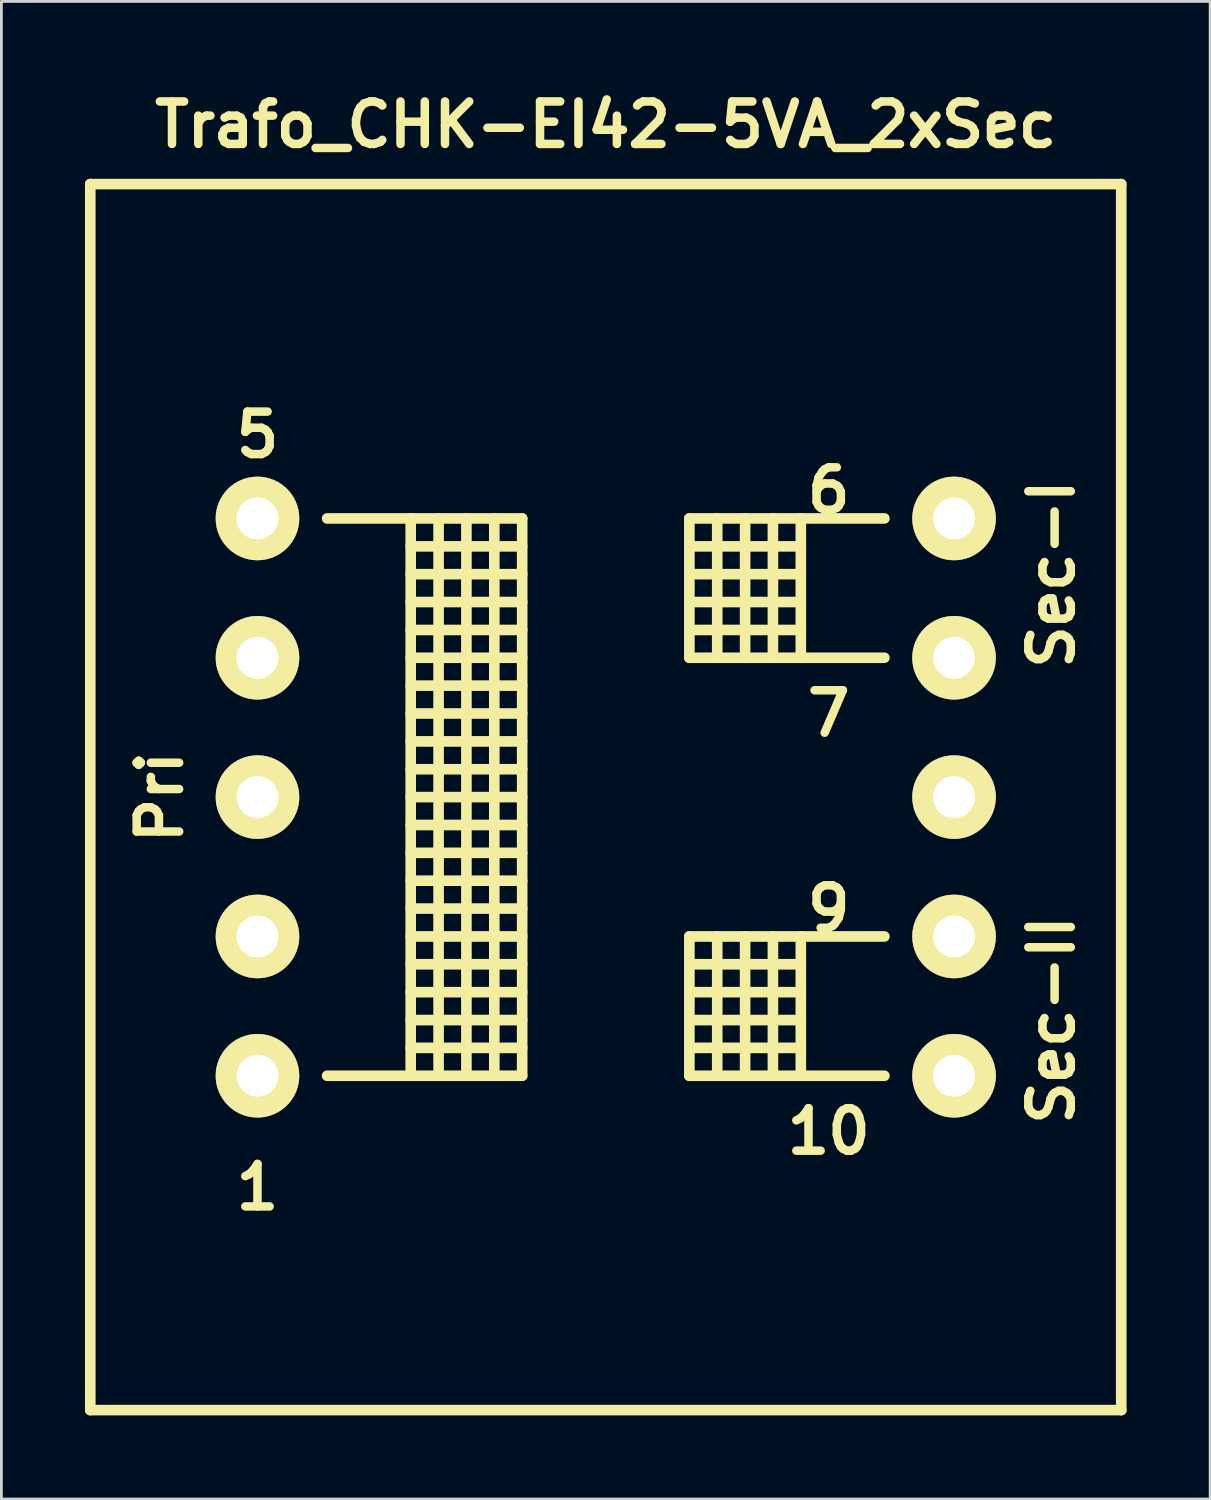
<source format=kicad_pcb>
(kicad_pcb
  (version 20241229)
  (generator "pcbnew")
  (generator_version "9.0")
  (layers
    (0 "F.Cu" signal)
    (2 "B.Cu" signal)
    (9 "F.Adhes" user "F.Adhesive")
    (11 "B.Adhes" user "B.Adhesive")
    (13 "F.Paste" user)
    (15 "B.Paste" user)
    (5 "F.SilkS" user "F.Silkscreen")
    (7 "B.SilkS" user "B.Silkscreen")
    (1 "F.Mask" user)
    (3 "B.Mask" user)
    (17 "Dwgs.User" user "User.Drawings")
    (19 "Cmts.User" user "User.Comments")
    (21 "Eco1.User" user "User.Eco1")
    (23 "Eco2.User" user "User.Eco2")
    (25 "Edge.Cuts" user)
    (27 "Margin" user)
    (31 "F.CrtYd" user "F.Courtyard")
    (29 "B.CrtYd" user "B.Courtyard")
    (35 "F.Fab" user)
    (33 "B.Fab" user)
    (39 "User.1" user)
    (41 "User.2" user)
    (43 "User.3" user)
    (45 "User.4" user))
  (footprint "Trafo_CHK-EI42-5VA_2xSec"
    (layer "F.Cu")
    (at 18.689 25.556)
    (property "Reference" "Trafo_CHK-EI42-5VA_2xSec" (at 0 -24.13 0) (layer "F.SilkS") (effects (font (size 1.524 1.524) (thickness 0.305))))
    (attr through_hole)
    (fp_line (start -18.499 -21.999) (end -18.499 21.999) (stroke (width 0.381) (type solid)) (layer "F.SilkS"))
    (fp_line (start -18.499 21.999) (end 18.499 21.999) (stroke (width 0.381) (type solid)) (layer "F.SilkS"))
    (fp_line (start -10 -10) (end -7 -10) (stroke (width 0.381) (type solid)) (layer "F.SilkS"))
    (fp_line (start -7 -10) (end -7 10) (stroke (width 0.381) (type solid)) (layer "F.SilkS"))
    (fp_line (start -7 -10) (end -5.999 -10) (stroke (width 0.381) (type solid)) (layer "F.SilkS"))
    (fp_line (start -7 -8.999) (end -3 -8.999) (stroke (width 0.381) (type solid)) (layer "F.SilkS"))
    (fp_line (start -7 -8.001) (end -3 -8.001) (stroke (width 0.381) (type solid)) (layer "F.SilkS"))
    (fp_line (start -7 -7) (end -3 -7) (stroke (width 0.381) (type solid)) (layer "F.SilkS"))
    (fp_line (start -7 -5.999) (end -3 -5.999) (stroke (width 0.381) (type solid)) (layer "F.SilkS"))
    (fp_line (start -7 -5.001) (end -3 -5.001) (stroke (width 0.381) (type solid)) (layer "F.SilkS"))
    (fp_line (start -7 -4) (end -3 -4) (stroke (width 0.381) (type solid)) (layer "F.SilkS"))
    (fp_line (start -7 -3) (end -3 -3) (stroke (width 0.381) (type solid)) (layer "F.SilkS"))
    (fp_line (start -7 -1.999) (end -3 -1.999) (stroke (width 0.381) (type solid)) (layer "F.SilkS"))
    (fp_line (start -7 -1.001) (end -3 -1.001) (stroke (width 0.381) (type solid)) (layer "F.SilkS"))
    (fp_line (start -7 0) (end -3 0) (stroke (width 0.381) (type solid)) (layer "F.SilkS"))
    (fp_line (start -7 1.001) (end -3 1.001) (stroke (width 0.381) (type solid)) (layer "F.SilkS"))
    (fp_line (start -7 1.999) (end -3 1.999) (stroke (width 0.381) (type solid)) (layer "F.SilkS"))
    (fp_line (start -7 3) (end -3 3) (stroke (width 0.381) (type solid)) (layer "F.SilkS"))
    (fp_line (start -7 4) (end -3 4) (stroke (width 0.381) (type solid)) (layer "F.SilkS"))
    (fp_line (start -7 5.001) (end -3 5.001) (stroke (width 0.381) (type solid)) (layer "F.SilkS"))
    (fp_line (start -7 5.999) (end -3 5.999) (stroke (width 0.381) (type solid)) (layer "F.SilkS"))
    (fp_line (start -7 7) (end -3 7) (stroke (width 0.381) (type solid)) (layer "F.SilkS"))
    (fp_line (start -7 8.001) (end -3 8.001) (stroke (width 0.381) (type solid)) (layer "F.SilkS"))
    (fp_line (start -7 8.999) (end -3 8.999) (stroke (width 0.381) (type solid)) (layer "F.SilkS"))
    (fp_line (start -7 10) (end -10 10) (stroke (width 0.381) (type solid)) (layer "F.SilkS"))
    (fp_line (start -5.999 -10) (end -5.999 10) (stroke (width 0.381) (type solid)) (layer "F.SilkS"))
    (fp_line (start -5.999 -10) (end -5.001 -10) (stroke (width 0.381) (type solid)) (layer "F.SilkS"))
    (fp_line (start -5.999 10) (end -7 10) (stroke (width 0.381) (type solid)) (layer "F.SilkS"))
    (fp_line (start -5.001 -10) (end -5.001 10) (stroke (width 0.381) (type solid)) (layer "F.SilkS"))
    (fp_line (start -5.001 -10) (end -4 -10) (stroke (width 0.381) (type solid)) (layer "F.SilkS"))
    (fp_line (start -5.001 10) (end -5.999 10) (stroke (width 0.381) (type solid)) (layer "F.SilkS"))
    (fp_line (start -4 -10) (end -4 10) (stroke (width 0.381) (type solid)) (layer "F.SilkS"))
    (fp_line (start -4 -10) (end -3 -10) (stroke (width 0.381) (type solid)) (layer "F.SilkS"))
    (fp_line (start -4 10) (end -5.001 10) (stroke (width 0.381) (type solid)) (layer "F.SilkS"))
    (fp_line (start -3 -10) (end -3 10) (stroke (width 0.381) (type solid)) (layer "F.SilkS"))
    (fp_line (start -3 10) (end -4 10) (stroke (width 0.381) (type solid)) (layer "F.SilkS"))
    (fp_line (start 3 -10) (end 3 -5.001) (stroke (width 0.381) (type solid)) (layer "F.SilkS"))
    (fp_line (start 3 -8.999) (end 7 -8.999) (stroke (width 0.381) (type solid)) (layer "F.SilkS"))
    (fp_line (start 3 -7) (end 7 -7) (stroke (width 0.381) (type solid)) (layer "F.SilkS"))
    (fp_line (start 3 -5.001) (end 4 -5.001) (stroke (width 0.381) (type solid)) (layer "F.SilkS"))
    (fp_line (start 3 5.001) (end 3 10) (stroke (width 0.381) (type solid)) (layer "F.SilkS"))
    (fp_line (start 3 5.999) (end 7 5.999) (stroke (width 0.381) (type solid)) (layer "F.SilkS"))
    (fp_line (start 3 7) (end 7 7) (stroke (width 0.381) (type solid)) (layer "F.SilkS"))
    (fp_line (start 3 8.001) (end 7 8.001) (stroke (width 0.381) (type solid)) (layer "F.SilkS"))
    (fp_line (start 3 8.999) (end 7 8.999) (stroke (width 0.381) (type solid)) (layer "F.SilkS"))
    (fp_line (start 3 10) (end 4 10) (stroke (width 0.381) (type solid)) (layer "F.SilkS"))
    (fp_line (start 4 -10) (end 3 -10) (stroke (width 0.381) (type solid)) (layer "F.SilkS"))
    (fp_line (start 4 -10) (end 4 -5.001) (stroke (width 0.381) (type solid)) (layer "F.SilkS"))
    (fp_line (start 4 -5.001) (end 5.001 -5.001) (stroke (width 0.381) (type solid)) (layer "F.SilkS"))
    (fp_line (start 4 5.001) (end 3 5.001) (stroke (width 0.381) (type solid)) (layer "F.SilkS"))
    (fp_line (start 4 5.001) (end 4 10) (stroke (width 0.381) (type solid)) (layer "F.SilkS"))
    (fp_line (start 4 10) (end 5.001 10) (stroke (width 0.381) (type solid)) (layer "F.SilkS"))
    (fp_line (start 5.001 -10) (end 4 -10) (stroke (width 0.381) (type solid)) (layer "F.SilkS"))
    (fp_line (start 5.001 -10) (end 5.001 -5.001) (stroke (width 0.381) (type solid)) (layer "F.SilkS"))
    (fp_line (start 5.001 -5.001) (end 5.999 -5.001) (stroke (width 0.381) (type solid)) (layer "F.SilkS"))
    (fp_line (start 5.001 5.001) (end 4 5.001) (stroke (width 0.381) (type solid)) (layer "F.SilkS"))
    (fp_line (start 5.001 5.001) (end 5.001 10) (stroke (width 0.381) (type solid)) (layer "F.SilkS"))
    (fp_line (start 5.001 10) (end 5.999 10) (stroke (width 0.381) (type solid)) (layer "F.SilkS"))
    (fp_line (start 5.999 -10) (end 5.001 -10) (stroke (width 0.381) (type solid)) (layer "F.SilkS"))
    (fp_line (start 5.999 -10) (end 5.999 -5.001) (stroke (width 0.381) (type solid)) (layer "F.SilkS"))
    (fp_line (start 5.999 -5.001) (end 7 -5.001) (stroke (width 0.381) (type solid)) (layer "F.SilkS"))
    (fp_line (start 5.999 5.001) (end 5.001 5.001) (stroke (width 0.381) (type solid)) (layer "F.SilkS"))
    (fp_line (start 5.999 5.001) (end 5.999 10) (stroke (width 0.381) (type solid)) (layer "F.SilkS"))
    (fp_line (start 5.999 10) (end 7 10) (stroke (width 0.381) (type solid)) (layer "F.SilkS"))
    (fp_line (start 7 -10) (end 5.999 -10) (stroke (width 0.381) (type solid)) (layer "F.SilkS"))
    (fp_line (start 7 -10) (end 7 -5.001) (stroke (width 0.381) (type solid)) (layer "F.SilkS"))
    (fp_line (start 7 -8.001) (end 3 -8.001) (stroke (width 0.381) (type solid)) (layer "F.SilkS"))
    (fp_line (start 7 -5.999) (end 3 -5.999) (stroke (width 0.381) (type solid)) (layer "F.SilkS"))
    (fp_line (start 7 -5.001) (end 10 -5.001) (stroke (width 0.381) (type solid)) (layer "F.SilkS"))
    (fp_line (start 7 5.001) (end 5.999 5.001) (stroke (width 0.381) (type solid)) (layer "F.SilkS"))
    (fp_line (start 7 5.001) (end 7 10) (stroke (width 0.381) (type solid)) (layer "F.SilkS"))
    (fp_line (start 7 10) (end 10 10) (stroke (width 0.381) (type solid)) (layer "F.SilkS"))
    (fp_line (start 10 -10) (end 7 -10) (stroke (width 0.381) (type solid)) (layer "F.SilkS"))
    (fp_line (start 10 5.001) (end 7 5.001) (stroke (width 0.381) (type solid)) (layer "F.SilkS"))
    (fp_line (start 18.499 -21.999) (end -18.499 -21.999) (stroke (width 0.381) (type solid)) (layer "F.SilkS"))
    (fp_line (start 18.499 21.999) (end 18.499 -21.999) (stroke (width 0.381) (type solid)) (layer "F.SilkS"))
    (fp_text user "7" (at 8.001 -3 0) (layer "F.SilkS") (effects (font (size 1.524 1.524) (thickness 0.305))))
    (fp_text user "9" (at 8.001 4 0) (layer "F.SilkS") (effects (font (size 1.524 1.524) (thickness 0.305))))
    (fp_text user "10" (at 8.001 11.999 0) (layer "F.SilkS") (effects (font (size 1.524 1.524) (thickness 0.305))))
    (fp_text user "6" (at 8.001 -11.001 0) (layer "F.SilkS") (effects (font (size 1.524 1.524) (thickness 0.305))))
    (fp_text user "Sec-I" (at 15.999 -8.001 90) (layer "F.SilkS") (effects (font (size 1.524 1.524) (thickness 0.305))))
    (fp_text user "1" (at -12.499 14 0) (layer "F.SilkS") (effects (font (size 1.524 1.524) (thickness 0.305))))
    (fp_text user "5" (at -12.499 -13 0) (layer "F.SilkS") (effects (font (size 1.524 1.524) (thickness 0.305))))
    (fp_text user "Sec-II" (at 15.999 8.001 90) (layer "F.SilkS") (effects (font (size 1.524 1.524) (thickness 0.305))))
    (fp_text user "Pri" (at -15.999 0 90) (layer "F.SilkS") (effects (font (size 1.524 1.524) (thickness 0.305))))
    (pad "1" thru_hole circle (at -12.499 10) (size 3 3) (drill 1.501) (layers "*.Cu" "*.Mask" "F.SilkS"))
    (pad "2" thru_hole circle (at -12.499 5.001) (size 3 3) (drill 1.501) (layers "*.Cu" "*.Mask" "F.SilkS"))
    (pad "3" thru_hole circle (at -12.499 0) (size 3 3) (drill 1.501) (layers "*.Cu" "*.Mask" "F.SilkS"))
    (pad "4" thru_hole circle (at -12.499 -5.001) (size 3 3) (drill 1.501) (layers "*.Cu" "*.Mask" "F.SilkS"))
    (pad "5" thru_hole circle (at -12.499 -10) (size 3 3) (drill 1.501) (layers "*.Cu" "*.Mask" "F.SilkS"))
    (pad "6" thru_hole circle (at 12.499 -10) (size 3 3) (drill 1.501) (layers "*.Cu" "*.Mask" "F.SilkS"))
    (pad "7" thru_hole circle (at 12.499 -5.001) (size 3 3) (drill 1.501) (layers "*.Cu" "*.Mask" "F.SilkS"))
    (pad "8" thru_hole circle (at 12.499 0) (size 3 3) (drill 1.501) (layers "*.Cu" "*.Mask" "F.SilkS"))
    (pad "9" thru_hole circle (at 12.499 5.001) (size 3 3) (drill 1.501) (layers "*.Cu" "*.Mask" "F.SilkS"))
    (pad "10" thru_hole circle (at 12.499 10) (size 3 3) (drill 1.501) (layers "*.Cu" "*.Mask" "F.SilkS")))
  (gr_rect
    (start -3 -3)
    (end 40.379 50.746)
    (stroke (width 0.1) (type default))
    (fill no)
    (layer "Edge.Cuts")))
</source>
